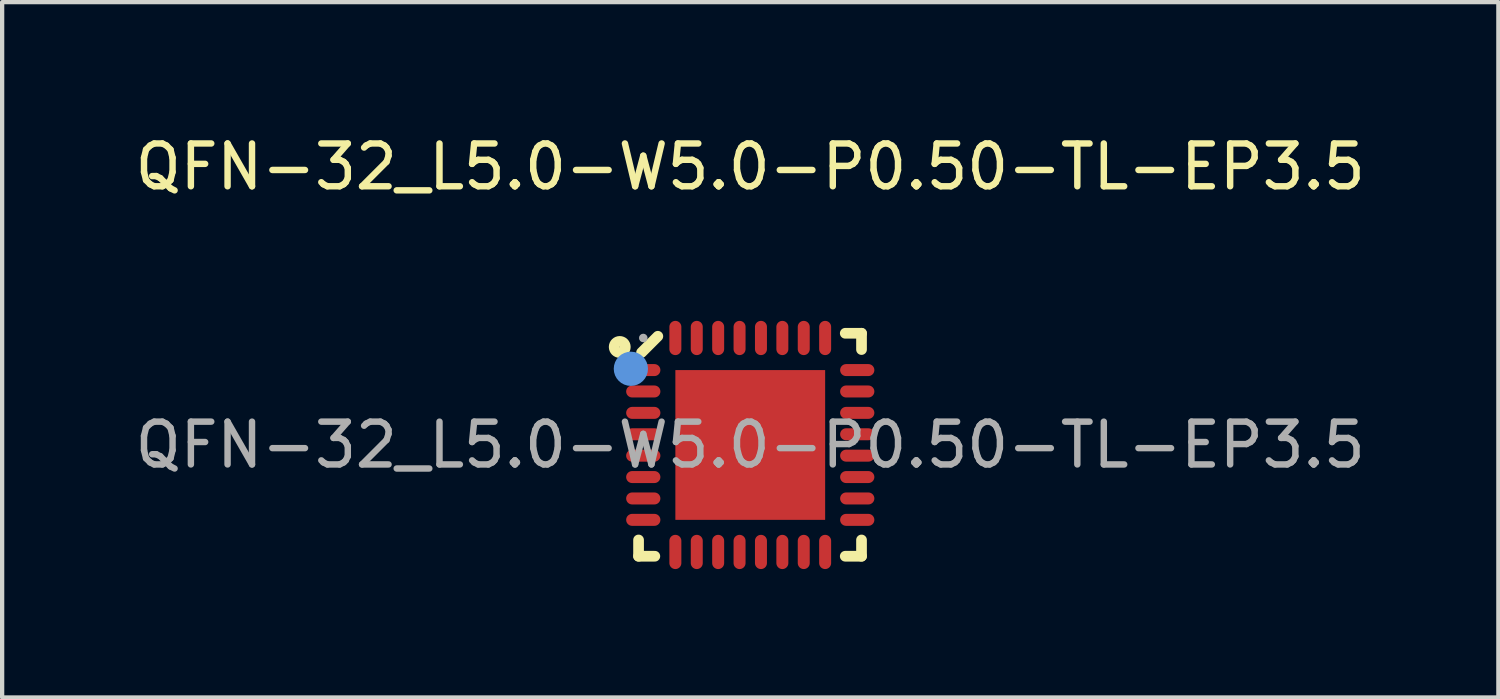
<source format=kicad_pcb>
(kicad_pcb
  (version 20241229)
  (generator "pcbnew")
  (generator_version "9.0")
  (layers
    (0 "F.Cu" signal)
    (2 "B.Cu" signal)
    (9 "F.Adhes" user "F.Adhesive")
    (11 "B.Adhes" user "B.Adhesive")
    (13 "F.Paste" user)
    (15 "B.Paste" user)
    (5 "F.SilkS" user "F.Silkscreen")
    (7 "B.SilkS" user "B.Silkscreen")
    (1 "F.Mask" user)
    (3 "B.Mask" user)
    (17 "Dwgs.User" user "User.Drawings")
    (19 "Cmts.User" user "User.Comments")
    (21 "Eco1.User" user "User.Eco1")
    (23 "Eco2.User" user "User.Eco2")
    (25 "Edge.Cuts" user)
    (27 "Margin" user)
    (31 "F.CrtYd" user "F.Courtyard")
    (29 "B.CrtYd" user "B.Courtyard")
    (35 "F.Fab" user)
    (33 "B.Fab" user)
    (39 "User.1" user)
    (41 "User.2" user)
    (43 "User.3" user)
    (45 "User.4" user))
  (footprint "QFN-32_L5.0-W5.0-P0.50-TL-EP3.5"
    (layer "F.Cu")
    (at 14.482 7.348)
    (property "Reference" "QFN-32_L5.0-W5.0-P0.50-TL-EP3.5" (at 0 -6.5 0) (layer "F.SilkS") (effects (font (size 1 1) (thickness 0.15))))
    (attr smd)
    (fp_line (start -2.61 2.22) (end -2.61 2.6) (stroke (width 0.25) (type solid)) (layer "F.SilkS"))
    (fp_line (start -2.61 2.6) (end -2.23 2.6) (stroke (width 0.25) (type solid)) (layer "F.SilkS"))
    (fp_line (start -2.16 -2.54) (end -2.54 -2.16) (stroke (width 0.25) (type solid)) (layer "F.SilkS"))
    (fp_line (start 2.22 2.6) (end 2.6 2.6) (stroke (width 0.25) (type solid)) (layer "F.SilkS"))
    (fp_line (start 2.6 -2.61) (end 2.22 -2.61) (stroke (width 0.25) (type solid)) (layer "F.SilkS"))
    (fp_line (start 2.6 -2.23) (end 2.6 -2.61) (stroke (width 0.25) (type solid)) (layer "F.SilkS"))
    (fp_line (start 2.6 2.6) (end 2.6 2.22) (stroke (width 0.25) (type solid)) (layer "F.SilkS"))
    (fp_circle (center -3.05 -2.29) (end -2.92 -2.29) (stroke (width 0.25) (type solid)) (fill no) (layer "F.SilkS"))
    (fp_circle (center -2.79 -1.78) (end -2.59 -1.78) (stroke (width 0.4) (type solid)) (fill no) (layer "Cmts.User"))
    (fp_circle (center -2.5 -2.5) (end -2.45 -2.5) (stroke (width 0.1) (type solid)) (fill no) (layer "F.Fab"))
    (fp_text user "${REFERENCE}" (at 0 0 0) (layer "F.Fab") (effects (font (size 1 1) (thickness 0.15))))
    (pad "1" smd oval (at -2.5 -1.75) (size 0.8 0.28) (layers "F.Cu" "F.Mask" "F.Paste"))
    (pad "2" smd oval (at -2.5 -1.25) (size 0.8 0.28) (layers "F.Cu" "F.Mask" "F.Paste"))
    (pad "3" smd oval (at -2.5 -0.75) (size 0.8 0.28) (layers "F.Cu" "F.Mask" "F.Paste"))
    (pad "4" smd oval (at -2.5 -0.25) (size 0.8 0.28) (layers "F.Cu" "F.Mask" "F.Paste"))
    (pad "5" smd oval (at -2.5 0.25) (size 0.8 0.28) (layers "F.Cu" "F.Mask" "F.Paste"))
    (pad "6" smd oval (at -2.5 0.75) (size 0.8 0.28) (layers "F.Cu" "F.Mask" "F.Paste"))
    (pad "7" smd oval (at -2.5 1.25) (size 0.8 0.28) (layers "F.Cu" "F.Mask" "F.Paste"))
    (pad "8" smd oval (at -2.5 1.75) (size 0.8 0.28) (layers "F.Cu" "F.Mask" "F.Paste"))
    (pad "9" smd oval (at -1.75 2.5) (size 0.28 0.8) (layers "F.Cu" "F.Mask" "F.Paste"))
    (pad "10" smd oval (at -1.25 2.5) (size 0.28 0.8) (layers "F.Cu" "F.Mask" "F.Paste"))
    (pad "11" smd oval (at -0.75 2.5) (size 0.28 0.8) (layers "F.Cu" "F.Mask" "F.Paste"))
    (pad "12" smd oval (at -0.25 2.5) (size 0.28 0.8) (layers "F.Cu" "F.Mask" "F.Paste"))
    (pad "13" smd oval (at 0.25 2.5) (size 0.28 0.8) (layers "F.Cu" "F.Mask" "F.Paste"))
    (pad "14" smd oval (at 0.75 2.5) (size 0.28 0.8) (layers "F.Cu" "F.Mask" "F.Paste"))
    (pad "15" smd oval (at 1.25 2.5) (size 0.28 0.8) (layers "F.Cu" "F.Mask" "F.Paste"))
    (pad "16" smd oval (at 1.75 2.5) (size 0.28 0.8) (layers "F.Cu" "F.Mask" "F.Paste"))
    (pad "17" smd oval (at 2.5 1.75) (size 0.8 0.28) (layers "F.Cu" "F.Mask" "F.Paste"))
    (pad "18" smd oval (at 2.5 1.25) (size 0.8 0.28) (layers "F.Cu" "F.Mask" "F.Paste"))
    (pad "19" smd oval (at 2.5 0.75) (size 0.8 0.28) (layers "F.Cu" "F.Mask" "F.Paste"))
    (pad "20" smd oval (at 2.5 0.25) (size 0.8 0.28) (layers "F.Cu" "F.Mask" "F.Paste"))
    (pad "21" smd oval (at 2.5 -0.25) (size 0.8 0.28) (layers "F.Cu" "F.Mask" "F.Paste"))
    (pad "22" smd oval (at 2.5 -0.75) (size 0.8 0.28) (layers "F.Cu" "F.Mask" "F.Paste"))
    (pad "23" smd oval (at 2.5 -1.25) (size 0.8 0.28) (layers "F.Cu" "F.Mask" "F.Paste"))
    (pad "24" smd oval (at 2.5 -1.75) (size 0.8 0.28) (layers "F.Cu" "F.Mask" "F.Paste"))
    (pad "25" smd oval (at 1.75 -2.5) (size 0.28 0.8) (layers "F.Cu" "F.Mask" "F.Paste"))
    (pad "26" smd oval (at 1.25 -2.5) (size 0.28 0.8) (layers "F.Cu" "F.Mask" "F.Paste"))
    (pad "27" smd oval (at 0.75 -2.5) (size 0.28 0.8) (layers "F.Cu" "F.Mask" "F.Paste"))
    (pad "28" smd oval (at 0.25 -2.5) (size 0.28 0.8) (layers "F.Cu" "F.Mask" "F.Paste"))
    (pad "29" smd oval (at -0.25 -2.5) (size 0.28 0.8) (layers "F.Cu" "F.Mask" "F.Paste"))
    (pad "30" smd oval (at -0.75 -2.5) (size 0.28 0.8) (layers "F.Cu" "F.Mask" "F.Paste"))
    (pad "31" smd oval (at -1.25 -2.5) (size 0.28 0.8) (layers "F.Cu" "F.Mask" "F.Paste"))
    (pad "32" smd oval (at -1.75 -2.5) (size 0.28 0.8) (layers "F.Cu" "F.Mask" "F.Paste"))
    (pad "33" smd rect (at 0 0) (size 3.5 3.5) (layers "F.Cu" "F.Mask" "F.Paste")))
  (gr_rect
    (start -3 -3)
    (end 31.964 13.248)
    (stroke (width 0.1) (type default))
    (fill no)
    (layer "Edge.Cuts")))
</source>
